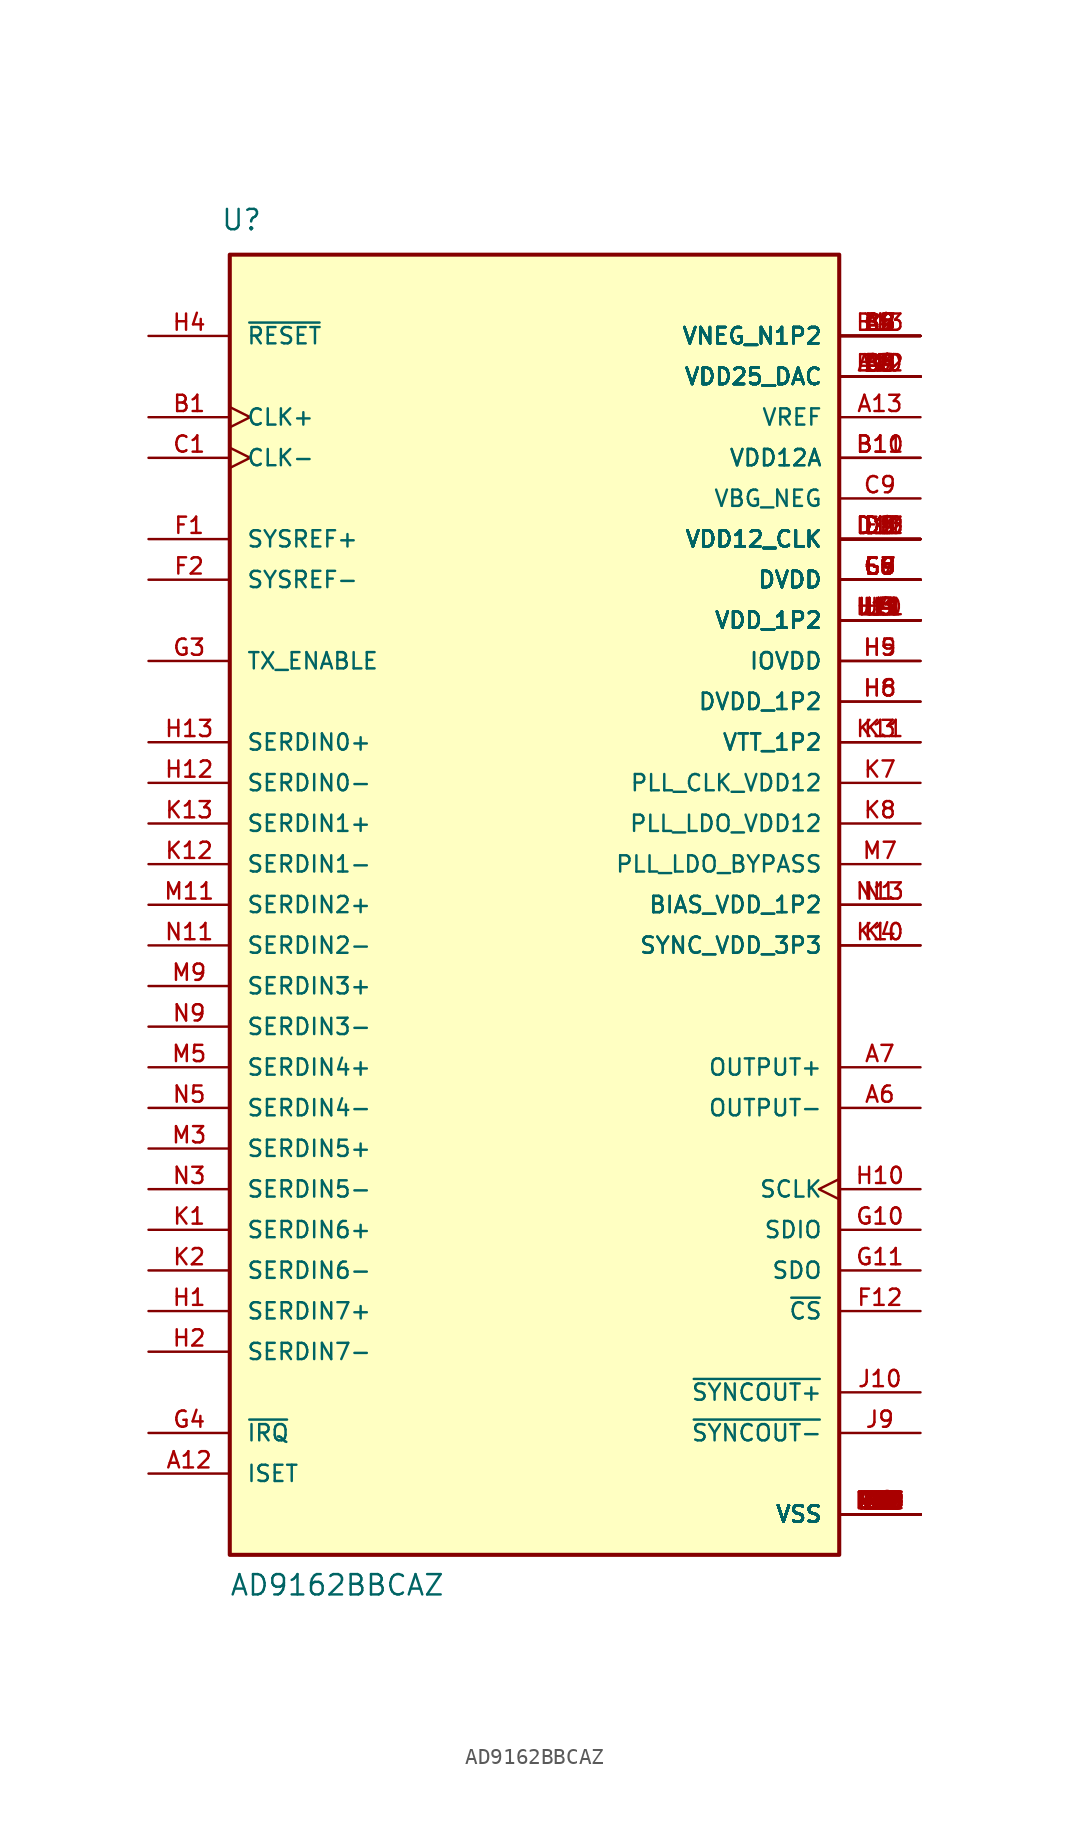
<source format=kicad_sym>
(kicad_symbol_lib
  (version 20211014)
  (generator kicad_symbol_editor)
  (symbol "AD9162BBCAZ"
    (pin_names
      (offset 1.016))
    (property "Reference" "U"
      (at -18.358 42.07 0)
      (effects (font (size 1.27 1.27)) (justify bottom left)))
    (property "Value" "AD9162BBCAZ"
      (at -17.82 -43.277 0)
      (effects (font (size 1.27 1.27)) (justify bottom left)))
    (symbol "AD9162BBCAZ_0_0"
      (rectangle (start -17.78 -40.64) (end 20.32 40.64) (stroke (width 0.254)) (fill (type background)))
      (pin power_in line (at 25.4 -38.1 180.0) (length 5.08) (name "VSS" (effects (font (size 1.016 1.016)))) (number "A1" (effects (font (size 1.016 1.016)))))
      (pin power_in line (at 25.4 -38.1 180.0) (length 5.08) (name "VSS" (effects (font (size 1.016 1.016)))) (number "A11" (effects (font (size 1.016 1.016)))))
      (pin power_in line (at 25.4 -38.1 180.0) (length 5.08) (name "VSS" (effects (font (size 1.016 1.016)))) (number "B2" (effects (font (size 1.016 1.016)))))
      (pin power_in line (at 25.4 -38.1 180.0) (length 5.08) (name "VSS" (effects (font (size 1.016 1.016)))) (number "B3" (effects (font (size 1.016 1.016)))))
      (pin power_in line (at 25.4 -38.1 180.0) (length 5.08) (name "VSS" (effects (font (size 1.016 1.016)))) (number "C2" (effects (font (size 1.016 1.016)))))
      (pin power_in line (at 25.4 -38.1 180.0) (length 5.08) (name "VSS" (effects (font (size 1.016 1.016)))) (number "C3" (effects (font (size 1.016 1.016)))))
      (pin power_in line (at 25.4 -38.1 180.0) (length 5.08) (name "VSS" (effects (font (size 1.016 1.016)))) (number "C4" (effects (font (size 1.016 1.016)))))
      (pin power_in line (at 25.4 -38.1 180.0) (length 5.08) (name "VSS" (effects (font (size 1.016 1.016)))) (number "C10" (effects (font (size 1.016 1.016)))))
      (pin power_in line (at 25.4 -38.1 180.0) (length 5.08) (name "VSS" (effects (font (size 1.016 1.016)))) (number "C11" (effects (font (size 1.016 1.016)))))
      (pin power_in line (at 25.4 -38.1 180.0) (length 5.08) (name "VSS" (effects (font (size 1.016 1.016)))) (number "C12" (effects (font (size 1.016 1.016)))))
      (pin power_in line (at 25.4 -38.1 180.0) (length 5.08) (name "VSS" (effects (font (size 1.016 1.016)))) (number "C13" (effects (font (size 1.016 1.016)))))
      (pin power_in line (at 25.4 -38.1 180.0) (length 5.08) (name "VSS" (effects (font (size 1.016 1.016)))) (number "D1" (effects (font (size 1.016 1.016)))))
      (pin power_in line (at 25.4 -38.1 180.0) (length 5.08) (name "VSS" (effects (font (size 1.016 1.016)))) (number "D6" (effects (font (size 1.016 1.016)))))
      (pin power_in line (at 25.4 -38.1 180.0) (length 5.08) (name "VSS" (effects (font (size 1.016 1.016)))) (number "D7" (effects (font (size 1.016 1.016)))))
      (pin power_in line (at 25.4 -38.1 180.0) (length 5.08) (name "VSS" (effects (font (size 1.016 1.016)))) (number "E2" (effects (font (size 1.016 1.016)))))
      (pin power_in line (at 25.4 -38.1 180.0) (length 5.08) (name "VSS" (effects (font (size 1.016 1.016)))) (number "E3" (effects (font (size 1.016 1.016)))))
      (pin power_in line (at 25.4 -38.1 180.0) (length 5.08) (name "VSS" (effects (font (size 1.016 1.016)))) (number "E4" (effects (font (size 1.016 1.016)))))
      (pin power_in line (at 25.4 -38.1 180.0) (length 5.08) (name "VSS" (effects (font (size 1.016 1.016)))) (number "E7" (effects (font (size 1.016 1.016)))))
      (pin power_in line (at 25.4 -38.1 180.0) (length 5.08) (name "VSS" (effects (font (size 1.016 1.016)))) (number "E10" (effects (font (size 1.016 1.016)))))
      (pin power_in line (at 25.4 -38.1 180.0) (length 5.08) (name "VSS" (effects (font (size 1.016 1.016)))) (number "E11" (effects (font (size 1.016 1.016)))))
      (pin power_in line (at 25.4 -38.1 180.0) (length 5.08) (name "VSS" (effects (font (size 1.016 1.016)))) (number "E12" (effects (font (size 1.016 1.016)))))
      (pin power_in line (at 25.4 -38.1 180.0) (length 5.08) (name "VSS" (effects (font (size 1.016 1.016)))) (number "E13" (effects (font (size 1.016 1.016)))))
      (pin power_in line (at 25.4 -38.1 180.0) (length 5.08) (name "VSS" (effects (font (size 1.016 1.016)))) (number "F3" (effects (font (size 1.016 1.016)))))
      (pin power_in line (at 25.4 -38.1 180.0) (length 5.08) (name "VSS" (effects (font (size 1.016 1.016)))) (number "F4" (effects (font (size 1.016 1.016)))))
      (pin power_in line (at 25.4 -38.1 180.0) (length 5.08) (name "VSS" (effects (font (size 1.016 1.016)))) (number "F5" (effects (font (size 1.016 1.016)))))
      (pin power_in line (at 25.4 -38.1 180.0) (length 5.08) (name "VSS" (effects (font (size 1.016 1.016)))) (number "F6" (effects (font (size 1.016 1.016)))))
      (pin power_in line (at 25.4 -38.1 180.0) (length 5.08) (name "VSS" (effects (font (size 1.016 1.016)))) (number "F7" (effects (font (size 1.016 1.016)))))
      (pin power_in line (at 25.4 -38.1 180.0) (length 5.08) (name "VSS" (effects (font (size 1.016 1.016)))) (number "F8" (effects (font (size 1.016 1.016)))))
      (pin power_in line (at 25.4 -38.1 180.0) (length 5.08) (name "VSS" (effects (font (size 1.016 1.016)))) (number "F9" (effects (font (size 1.016 1.016)))))
      (pin power_in line (at 25.4 -38.1 180.0) (length 5.08) (name "VSS" (effects (font (size 1.016 1.016)))) (number "F10" (effects (font (size 1.016 1.016)))))
      (pin power_in line (at 25.4 -38.1 180.0) (length 5.08) (name "VSS" (effects (font (size 1.016 1.016)))) (number "F11" (effects (font (size 1.016 1.016)))))
      (pin power_in line (at 25.4 -38.1 180.0) (length 5.08) (name "VSS" (effects (font (size 1.016 1.016)))) (number "F13" (effects (font (size 1.016 1.016)))))
      (pin power_in line (at 25.4 -38.1 180.0) (length 5.08) (name "VSS" (effects (font (size 1.016 1.016)))) (number "G1" (effects (font (size 1.016 1.016)))))
      (pin power_in line (at 25.4 -38.1 180.0) (length 5.08) (name "VSS" (effects (font (size 1.016 1.016)))) (number "G2" (effects (font (size 1.016 1.016)))))
      (pin power_in line (at 25.4 -38.1 180.0) (length 5.08) (name "VSS" (effects (font (size 1.016 1.016)))) (number "G12" (effects (font (size 1.016 1.016)))))
      (pin power_in line (at 25.4 -38.1 180.0) (length 5.08) (name "VSS" (effects (font (size 1.016 1.016)))) (number "G13" (effects (font (size 1.016 1.016)))))
      (pin power_in line (at 25.4 -38.1 180.0) (length 5.08) (name "VSS" (effects (font (size 1.016 1.016)))) (number "H7" (effects (font (size 1.016 1.016)))))
      (pin power_in line (at 25.4 -38.1 180.0) (length 5.08) (name "VSS" (effects (font (size 1.016 1.016)))) (number "J1" (effects (font (size 1.016 1.016)))))
      (pin power_in line (at 25.4 -38.1 180.0) (length 5.08) (name "VSS" (effects (font (size 1.016 1.016)))) (number "J2" (effects (font (size 1.016 1.016)))))
      (pin power_in line (at 25.4 -38.1 180.0) (length 5.08) (name "VSS" (effects (font (size 1.016 1.016)))) (number "J6" (effects (font (size 1.016 1.016)))))
      (pin power_in line (at 25.4 -38.1 180.0) (length 5.08) (name "VSS" (effects (font (size 1.016 1.016)))) (number "J7" (effects (font (size 1.016 1.016)))))
      (pin power_in line (at 25.4 -38.1 180.0) (length 5.08) (name "VSS" (effects (font (size 1.016 1.016)))) (number "J8" (effects (font (size 1.016 1.016)))))
      (pin power_in line (at 25.4 -38.1 180.0) (length 5.08) (name "VSS" (effects (font (size 1.016 1.016)))) (number "J12" (effects (font (size 1.016 1.016)))))
      (pin power_in line (at 25.4 -38.1 180.0) (length 5.08) (name "VSS" (effects (font (size 1.016 1.016)))) (number "J13" (effects (font (size 1.016 1.016)))))
      (pin power_in line (at 25.4 -38.1 180.0) (length 5.08) (name "VSS" (effects (font (size 1.016 1.016)))) (number "K6" (effects (font (size 1.016 1.016)))))
      (pin power_in line (at 25.4 -38.1 180.0) (length 5.08) (name "VSS" (effects (font (size 1.016 1.016)))) (number "L1" (effects (font (size 1.016 1.016)))))
      (pin power_in line (at 25.4 -38.1 180.0) (length 5.08) (name "VSS" (effects (font (size 1.016 1.016)))) (number "L2" (effects (font (size 1.016 1.016)))))
      (pin power_in line (at 25.4 -38.1 180.0) (length 5.08) (name "VSS" (effects (font (size 1.016 1.016)))) (number "L6" (effects (font (size 1.016 1.016)))))
      (pin power_in line (at 25.4 -38.1 180.0) (length 5.08) (name "VSS" (effects (font (size 1.016 1.016)))) (number "L8" (effects (font (size 1.016 1.016)))))
      (pin power_in line (at 25.4 -38.1 180.0) (length 5.08) (name "VSS" (effects (font (size 1.016 1.016)))) (number "L12" (effects (font (size 1.016 1.016)))))
      (pin power_in line (at 25.4 -38.1 180.0) (length 5.08) (name "VSS" (effects (font (size 1.016 1.016)))) (number "L13" (effects (font (size 1.016 1.016)))))
      (pin power_in line (at 25.4 -38.1 180.0) (length 5.08) (name "VSS" (effects (font (size 1.016 1.016)))) (number "M1" (effects (font (size 1.016 1.016)))))
      (pin power_in line (at 25.4 -38.1 180.0) (length 5.08) (name "VSS" (effects (font (size 1.016 1.016)))) (number "M2" (effects (font (size 1.016 1.016)))))
      (pin power_in line (at 25.4 -38.1 180.0) (length 5.08) (name "VSS" (effects (font (size 1.016 1.016)))) (number "M4" (effects (font (size 1.016 1.016)))))
      (pin power_in line (at 25.4 -38.1 180.0) (length 5.08) (name "VSS" (effects (font (size 1.016 1.016)))) (number "M6" (effects (font (size 1.016 1.016)))))
      (pin power_in line (at 25.4 -38.1 180.0) (length 5.08) (name "VSS" (effects (font (size 1.016 1.016)))) (number "M8" (effects (font (size 1.016 1.016)))))
      (pin power_in line (at 25.4 -38.1 180.0) (length 5.08) (name "VSS" (effects (font (size 1.016 1.016)))) (number "M10" (effects (font (size 1.016 1.016)))))
      (pin power_in line (at 25.4 -38.1 180.0) (length 5.08) (name "VSS" (effects (font (size 1.016 1.016)))) (number "M12" (effects (font (size 1.016 1.016)))))
      (pin power_in line (at 25.4 -38.1 180.0) (length 5.08) (name "VSS" (effects (font (size 1.016 1.016)))) (number "M13" (effects (font (size 1.016 1.016)))))
      (pin power_in line (at 25.4 -38.1 180.0) (length 5.08) (name "VSS" (effects (font (size 1.016 1.016)))) (number "N2" (effects (font (size 1.016 1.016)))))
      (pin power_in line (at 25.4 -38.1 180.0) (length 5.08) (name "VSS" (effects (font (size 1.016 1.016)))) (number "N4" (effects (font (size 1.016 1.016)))))
      (pin power_in line (at 25.4 -38.1 180.0) (length 5.08) (name "VSS" (effects (font (size 1.016 1.016)))) (number "N6" (effects (font (size 1.016 1.016)))))
      (pin power_in line (at 25.4 -38.1 180.0) (length 5.08) (name "VSS" (effects (font (size 1.016 1.016)))) (number "N7" (effects (font (size 1.016 1.016)))))
      (pin power_in line (at 25.4 -38.1 180.0) (length 5.08) (name "VSS" (effects (font (size 1.016 1.016)))) (number "N8" (effects (font (size 1.016 1.016)))))
      (pin power_in line (at 25.4 -38.1 180.0) (length 5.08) (name "VSS" (effects (font (size 1.016 1.016)))) (number "N10" (effects (font (size 1.016 1.016)))))
      (pin power_in line (at 25.4 -38.1 180.0) (length 5.08) (name "VSS" (effects (font (size 1.016 1.016)))) (number "N12" (effects (font (size 1.016 1.016)))))
      (pin power_in line (at 25.4 35.56 180.0) (length 5.08) (name "VNEG_N1P2" (effects (font (size 1.016 1.016)))) (number "A2" (effects (font (size 1.016 1.016)))))
      (pin power_in line (at 25.4 35.56 180.0) (length 5.08) (name "VNEG_N1P2" (effects (font (size 1.016 1.016)))) (number "A4" (effects (font (size 1.016 1.016)))))
      (pin power_in line (at 25.4 35.56 180.0) (length 5.08) (name "VNEG_N1P2" (effects (font (size 1.016 1.016)))) (number "A9" (effects (font (size 1.016 1.016)))))
      (pin power_in line (at 25.4 35.56 180.0) (length 5.08) (name "VNEG_N1P2" (effects (font (size 1.016 1.016)))) (number "B5" (effects (font (size 1.016 1.016)))))
      (pin power_in line (at 25.4 35.56 180.0) (length 5.08) (name "VNEG_N1P2" (effects (font (size 1.016 1.016)))) (number "B8" (effects (font (size 1.016 1.016)))))
      (pin power_in line (at 25.4 35.56 180.0) (length 5.08) (name "VNEG_N1P2" (effects (font (size 1.016 1.016)))) (number "B13" (effects (font (size 1.016 1.016)))))
      (pin power_in line (at 25.4 35.56 180.0) (length 5.08) (name "VNEG_N1P2" (effects (font (size 1.016 1.016)))) (number "C6" (effects (font (size 1.016 1.016)))))
      (pin power_in line (at 25.4 35.56 180.0) (length 5.08) (name "VNEG_N1P2" (effects (font (size 1.016 1.016)))) (number "C7" (effects (font (size 1.016 1.016)))))
      (pin power_in line (at 25.4 33.02 180.0) (length 5.08) (name "VDD25_DAC" (effects (font (size 1.016 1.016)))) (number "A3" (effects (font (size 1.016 1.016)))))
      (pin power_in line (at 25.4 33.02 180.0) (length 5.08) (name "VDD25_DAC" (effects (font (size 1.016 1.016)))) (number "A5" (effects (font (size 1.016 1.016)))))
      (pin power_in line (at 25.4 33.02 180.0) (length 5.08) (name "VDD25_DAC" (effects (font (size 1.016 1.016)))) (number "A8" (effects (font (size 1.016 1.016)))))
      (pin power_in line (at 25.4 33.02 180.0) (length 5.08) (name "VDD25_DAC" (effects (font (size 1.016 1.016)))) (number "A10" (effects (font (size 1.016 1.016)))))
      (pin power_in line (at 25.4 33.02 180.0) (length 5.08) (name "VDD25_DAC" (effects (font (size 1.016 1.016)))) (number "B4" (effects (font (size 1.016 1.016)))))
      (pin power_in line (at 25.4 33.02 180.0) (length 5.08) (name "VDD25_DAC" (effects (font (size 1.016 1.016)))) (number "B6" (effects (font (size 1.016 1.016)))))
      (pin power_in line (at 25.4 33.02 180.0) (length 5.08) (name "VDD25_DAC" (effects (font (size 1.016 1.016)))) (number "B7" (effects (font (size 1.016 1.016)))))
      (pin power_in line (at 25.4 33.02 180.0) (length 5.08) (name "VDD25_DAC" (effects (font (size 1.016 1.016)))) (number "B9" (effects (font (size 1.016 1.016)))))
      (pin power_in line (at 25.4 33.02 180.0) (length 5.08) (name "VDD25_DAC" (effects (font (size 1.016 1.016)))) (number "B12" (effects (font (size 1.016 1.016)))))
      (pin power_in line (at 25.4 33.02 180.0) (length 5.08) (name "VDD25_DAC" (effects (font (size 1.016 1.016)))) (number "C5" (effects (font (size 1.016 1.016)))))
      (pin power_in line (at 25.4 33.02 180.0) (length 5.08) (name "VDD25_DAC" (effects (font (size 1.016 1.016)))) (number "C8" (effects (font (size 1.016 1.016)))))
      (pin output line (at 25.4 -12.7 180.0) (length 5.08) (name "OUTPUT−" (effects (font (size 1.016 1.016)))) (number "A6" (effects (font (size 1.016 1.016)))))
      (pin output line (at 25.4 -10.16 180.0) (length 5.08) (name "OUTPUT+" (effects (font (size 1.016 1.016)))) (number "A7" (effects (font (size 1.016 1.016)))))
      (pin bidirectional line (at -22.86 -35.56 0) (length 5.08) (name "ISET" (effects (font (size 1.016 1.016)))) (number "A12" (effects (font (size 1.016 1.016)))))
      (pin power_in line (at 25.4 30.48 180.0) (length 5.08) (name "VREF" (effects (font (size 1.016 1.016)))) (number "A13" (effects (font (size 1.016 1.016)))))
      (pin input clock (at -22.86 30.48 0) (length 5.08) (name "CLK+" (effects (font (size 1.016 1.016)))) (number "B1" (effects (font (size 1.016 1.016)))))
      (pin input clock (at -22.86 27.94 0) (length 5.08) (name "CLK−" (effects (font (size 1.016 1.016)))) (number "C1" (effects (font (size 1.016 1.016)))))
      (pin power_in line (at 25.4 27.94 180.0) (length 5.08) (name "VDD12A" (effects (font (size 1.016 1.016)))) (number "B10" (effects (font (size 1.016 1.016)))))
      (pin power_in line (at 25.4 27.94 180.0) (length 5.08) (name "VDD12A" (effects (font (size 1.016 1.016)))) (number "B11" (effects (font (size 1.016 1.016)))))
      (pin power_in line (at 25.4 25.4 180.0) (length 5.08) (name "VBG_NEG" (effects (font (size 1.016 1.016)))) (number "C9" (effects (font (size 1.016 1.016)))))
      (pin power_in line (at 25.4 22.86 180.0) (length 5.08) (name "VDD12_CLK" (effects (font (size 1.016 1.016)))) (number "D2" (effects (font (size 1.016 1.016)))))
      (pin power_in line (at 25.4 22.86 180.0) (length 5.08) (name "VDD12_CLK" (effects (font (size 1.016 1.016)))) (number "D3" (effects (font (size 1.016 1.016)))))
      (pin power_in line (at 25.4 22.86 180.0) (length 5.08) (name "VDD12_CLK" (effects (font (size 1.016 1.016)))) (number "D4" (effects (font (size 1.016 1.016)))))
      (pin power_in line (at 25.4 22.86 180.0) (length 5.08) (name "VDD12_CLK" (effects (font (size 1.016 1.016)))) (number "D5" (effects (font (size 1.016 1.016)))))
      (pin power_in line (at 25.4 22.86 180.0) (length 5.08) (name "VDD12_CLK" (effects (font (size 1.016 1.016)))) (number "D8" (effects (font (size 1.016 1.016)))))
      (pin power_in line (at 25.4 22.86 180.0) (length 5.08) (name "VDD12_CLK" (effects (font (size 1.016 1.016)))) (number "D9" (effects (font (size 1.016 1.016)))))
      (pin power_in line (at 25.4 22.86 180.0) (length 5.08) (name "VDD12_CLK" (effects (font (size 1.016 1.016)))) (number "D10" (effects (font (size 1.016 1.016)))))
      (pin power_in line (at 25.4 22.86 180.0) (length 5.08) (name "VDD12_CLK" (effects (font (size 1.016 1.016)))) (number "D11" (effects (font (size 1.016 1.016)))))
      (pin power_in line (at 25.4 22.86 180.0) (length 5.08) (name "VDD12_CLK" (effects (font (size 1.016 1.016)))) (number "D12" (effects (font (size 1.016 1.016)))))
      (pin power_in line (at 25.4 22.86 180.0) (length 5.08) (name "VDD12_CLK" (effects (font (size 1.016 1.016)))) (number "D13" (effects (font (size 1.016 1.016)))))
      (pin power_in line (at 25.4 22.86 180.0) (length 5.08) (name "VDD12_CLK" (effects (font (size 1.016 1.016)))) (number "E1" (effects (font (size 1.016 1.016)))))
      (pin power_in line (at 25.4 20.32 180.0) (length 5.08) (name "DVDD" (effects (font (size 1.016 1.016)))) (number "E5" (effects (font (size 1.016 1.016)))))
      (pin power_in line (at 25.4 20.32 180.0) (length 5.08) (name "DVDD" (effects (font (size 1.016 1.016)))) (number "E6" (effects (font (size 1.016 1.016)))))
      (pin power_in line (at 25.4 20.32 180.0) (length 5.08) (name "DVDD" (effects (font (size 1.016 1.016)))) (number "E8" (effects (font (size 1.016 1.016)))))
      (pin power_in line (at 25.4 20.32 180.0) (length 5.08) (name "DVDD" (effects (font (size 1.016 1.016)))) (number "E9" (effects (font (size 1.016 1.016)))))
      (pin power_in line (at 25.4 20.32 180.0) (length 5.08) (name "DVDD" (effects (font (size 1.016 1.016)))) (number "G5" (effects (font (size 1.016 1.016)))))
      (pin power_in line (at 25.4 20.32 180.0) (length 5.08) (name "DVDD" (effects (font (size 1.016 1.016)))) (number "G6" (effects (font (size 1.016 1.016)))))
      (pin power_in line (at 25.4 20.32 180.0) (length 5.08) (name "DVDD" (effects (font (size 1.016 1.016)))) (number "G7" (effects (font (size 1.016 1.016)))))
      (pin power_in line (at 25.4 20.32 180.0) (length 5.08) (name "DVDD" (effects (font (size 1.016 1.016)))) (number "G8" (effects (font (size 1.016 1.016)))))
      (pin power_in line (at 25.4 20.32 180.0) (length 5.08) (name "DVDD" (effects (font (size 1.016 1.016)))) (number "G9" (effects (font (size 1.016 1.016)))))
      (pin input line (at -22.86 22.86 0) (length 5.08) (name "SYSREF+" (effects (font (size 1.016 1.016)))) (number "F1" (effects (font (size 1.016 1.016)))))
      (pin input line (at -22.86 20.32 0) (length 5.08) (name "SYSREF−" (effects (font (size 1.016 1.016)))) (number "F2" (effects (font (size 1.016 1.016)))))
      (pin input line (at 25.4 -25.4 180.0) (length 5.08) (name "~{CS}" (effects (font (size 1.016 1.016)))) (number "F12" (effects (font (size 1.016 1.016)))))
      (pin input line (at -22.86 15.24 0) (length 5.08) (name "TX_ENABLE" (effects (font (size 1.016 1.016)))) (number "G3" (effects (font (size 1.016 1.016)))))
      (pin bidirectional line (at -22.86 -33.02 0) (length 5.08) (name "~{IRQ}" (effects (font (size 1.016 1.016)))) (number "G4" (effects (font (size 1.016 1.016)))))
      (pin bidirectional line (at 25.4 -20.32 180.0) (length 5.08) (name "SDIO" (effects (font (size 1.016 1.016)))) (number "G10" (effects (font (size 1.016 1.016)))))
      (pin output line (at 25.4 -22.86 180.0) (length 5.08) (name "SDO" (effects (font (size 1.016 1.016)))) (number "G11" (effects (font (size 1.016 1.016)))))
      (pin bidirectional clock (at 25.4 -17.78 180.0) (length 5.08) (name "SCLK" (effects (font (size 1.016 1.016)))) (number "H10" (effects (font (size 1.016 1.016)))))
      (pin power_in line (at 25.4 17.78 180.0) (length 5.08) (name "VDD_1P2" (effects (font (size 1.016 1.016)))) (number "H3" (effects (font (size 1.016 1.016)))))
      (pin power_in line (at 25.4 17.78 180.0) (length 5.08) (name "VDD_1P2" (effects (font (size 1.016 1.016)))) (number "H11" (effects (font (size 1.016 1.016)))))
      (pin power_in line (at 25.4 17.78 180.0) (length 5.08) (name "VDD_1P2" (effects (font (size 1.016 1.016)))) (number "J3" (effects (font (size 1.016 1.016)))))
      (pin power_in line (at 25.4 17.78 180.0) (length 5.08) (name "VDD_1P2" (effects (font (size 1.016 1.016)))) (number "J11" (effects (font (size 1.016 1.016)))))
      (pin power_in line (at 25.4 17.78 180.0) (length 5.08) (name "VDD_1P2" (effects (font (size 1.016 1.016)))) (number "L3" (effects (font (size 1.016 1.016)))))
      (pin power_in line (at 25.4 17.78 180.0) (length 5.08) (name "VDD_1P2" (effects (font (size 1.016 1.016)))) (number "L4" (effects (font (size 1.016 1.016)))))
      (pin power_in line (at 25.4 17.78 180.0) (length 5.08) (name "VDD_1P2" (effects (font (size 1.016 1.016)))) (number "L5" (effects (font (size 1.016 1.016)))))
      (pin power_in line (at 25.4 17.78 180.0) (length 5.08) (name "VDD_1P2" (effects (font (size 1.016 1.016)))) (number "L9" (effects (font (size 1.016 1.016)))))
      (pin power_in line (at 25.4 17.78 180.0) (length 5.08) (name "VDD_1P2" (effects (font (size 1.016 1.016)))) (number "L10" (effects (font (size 1.016 1.016)))))
      (pin power_in line (at 25.4 17.78 180.0) (length 5.08) (name "VDD_1P2" (effects (font (size 1.016 1.016)))) (number "L11" (effects (font (size 1.016 1.016)))))
      (pin input line (at -22.86 35.56 0) (length 5.08) (name "~{RESET}" (effects (font (size 1.016 1.016)))) (number "H4" (effects (font (size 1.016 1.016)))))
      (pin power_in line (at 25.4 15.24 180.0) (length 5.08) (name "IOVDD" (effects (font (size 1.016 1.016)))) (number "H5" (effects (font (size 1.016 1.016)))))
      (pin power_in line (at 25.4 15.24 180.0) (length 5.08) (name "IOVDD" (effects (font (size 1.016 1.016)))) (number "H9" (effects (font (size 1.016 1.016)))))
      (pin power_in line (at 25.4 12.7 180.0) (length 5.08) (name "DVDD_1P2" (effects (font (size 1.016 1.016)))) (number "H6" (effects (font (size 1.016 1.016)))))
      (pin power_in line (at 25.4 12.7 180.0) (length 5.08) (name "DVDD_1P2" (effects (font (size 1.016 1.016)))) (number "H8" (effects (font (size 1.016 1.016)))))
      (pin input line (at -22.86 -25.4 0) (length 5.08) (name "SERDIN7+" (effects (font (size 1.016 1.016)))) (number "H1" (effects (font (size 1.016 1.016)))))
      (pin input line (at -22.86 -27.94 0) (length 5.08) (name "SERDIN7−" (effects (font (size 1.016 1.016)))) (number "H2" (effects (font (size 1.016 1.016)))))
      (pin input line (at -22.86 -20.32 0) (length 5.08) (name "SERDIN6+" (effects (font (size 1.016 1.016)))) (number "K1" (effects (font (size 1.016 1.016)))))
      (pin input line (at -22.86 -22.86 0) (length 5.08) (name "SERDIN6−" (effects (font (size 1.016 1.016)))) (number "K2" (effects (font (size 1.016 1.016)))))
      (pin input line (at -22.86 -15.24 0) (length 5.08) (name "SERDIN5+" (effects (font (size 1.016 1.016)))) (number "M3" (effects (font (size 1.016 1.016)))))
      (pin input line (at -22.86 -17.78 0) (length 5.08) (name "SERDIN5−" (effects (font (size 1.016 1.016)))) (number "N3" (effects (font (size 1.016 1.016)))))
      (pin input line (at -22.86 -10.16 0) (length 5.08) (name "SERDIN4+" (effects (font (size 1.016 1.016)))) (number "M5" (effects (font (size 1.016 1.016)))))
      (pin input line (at -22.86 -12.7 0) (length 5.08) (name "SERDIN4−" (effects (font (size 1.016 1.016)))) (number "N5" (effects (font (size 1.016 1.016)))))
      (pin input line (at -22.86 -5.08 0) (length 5.08) (name "SERDIN3+" (effects (font (size 1.016 1.016)))) (number "M9" (effects (font (size 1.016 1.016)))))
      (pin input line (at -22.86 -7.62 0) (length 5.08) (name "SERDIN3−" (effects (font (size 1.016 1.016)))) (number "N9" (effects (font (size 1.016 1.016)))))
      (pin input line (at -22.86 0.0 0) (length 5.08) (name "SERDIN2+" (effects (font (size 1.016 1.016)))) (number "M11" (effects (font (size 1.016 1.016)))))
      (pin input line (at -22.86 -2.54 0) (length 5.08) (name "SERDIN2−" (effects (font (size 1.016 1.016)))) (number "N11" (effects (font (size 1.016 1.016)))))
      (pin input line (at -22.86 2.54 0) (length 5.08) (name "SERDIN1−" (effects (font (size 1.016 1.016)))) (number "K12" (effects (font (size 1.016 1.016)))))
      (pin input line (at -22.86 5.08 0) (length 5.08) (name "SERDIN1+" (effects (font (size 1.016 1.016)))) (number "K13" (effects (font (size 1.016 1.016)))))
      (pin input line (at -22.86 7.62 0) (length 5.08) (name "SERDIN0−" (effects (font (size 1.016 1.016)))) (number "H12" (effects (font (size 1.016 1.016)))))
      (pin input line (at -22.86 10.16 0) (length 5.08) (name "SERDIN0+" (effects (font (size 1.016 1.016)))) (number "H13" (effects (font (size 1.016 1.016)))))
      (pin output line (at 25.4 -33.02 180.0) (length 5.08) (name "~{SYNCOUT−}" (effects (font (size 1.016 1.016)))) (number "J9" (effects (font (size 1.016 1.016)))))
      (pin output line (at 25.4 -30.48 180.0) (length 5.08) (name "~{SYNCOUT+}" (effects (font (size 1.016 1.016)))) (number "J10" (effects (font (size 1.016 1.016)))))
      (pin power_in line (at 25.4 10.16 180.0) (length 5.08) (name "VTT_1P2" (effects (font (size 1.016 1.016)))) (number "K3" (effects (font (size 1.016 1.016)))))
      (pin power_in line (at 25.4 10.16 180.0) (length 5.08) (name "VTT_1P2" (effects (font (size 1.016 1.016)))) (number "K11" (effects (font (size 1.016 1.016)))))
      (pin power_in line (at 25.4 -2.54 180.0) (length 5.08) (name "SYNC_VDD_3P3" (effects (font (size 1.016 1.016)))) (number "K4" (effects (font (size 1.016 1.016)))))
      (pin power_in line (at 25.4 -2.54 180.0) (length 5.08) (name "SYNC_VDD_3P3" (effects (font (size 1.016 1.016)))) (number "K10" (effects (font (size 1.016 1.016)))))
      (pin power_in line (at 25.4 7.62 180.0) (length 5.08) (name "PLL_CLK_VDD12" (effects (font (size 1.016 1.016)))) (number "K7" (effects (font (size 1.016 1.016)))))
      (pin power_in line (at 25.4 5.08 180.0) (length 5.08) (name "PLL_LDO_VDD12" (effects (font (size 1.016 1.016)))) (number "K8" (effects (font (size 1.016 1.016)))))
      (pin power_in line (at 25.4 2.54 180.0) (length 5.08) (name "PLL_LDO_BYPASS" (effects (font (size 1.016 1.016)))) (number "M7" (effects (font (size 1.016 1.016)))))
      (pin power_in line (at 25.4 0.0 180.0) (length 5.08) (name "BIAS_VDD_1P2" (effects (font (size 1.016 1.016)))) (number "N1" (effects (font (size 1.016 1.016)))))
      (pin power_in line (at 25.4 0.0 180.0) (length 5.08) (name "BIAS_VDD_1P2" (effects (font (size 1.016 1.016)))) (number "N13" (effects (font (size 1.016 1.016))))))))
</source>
